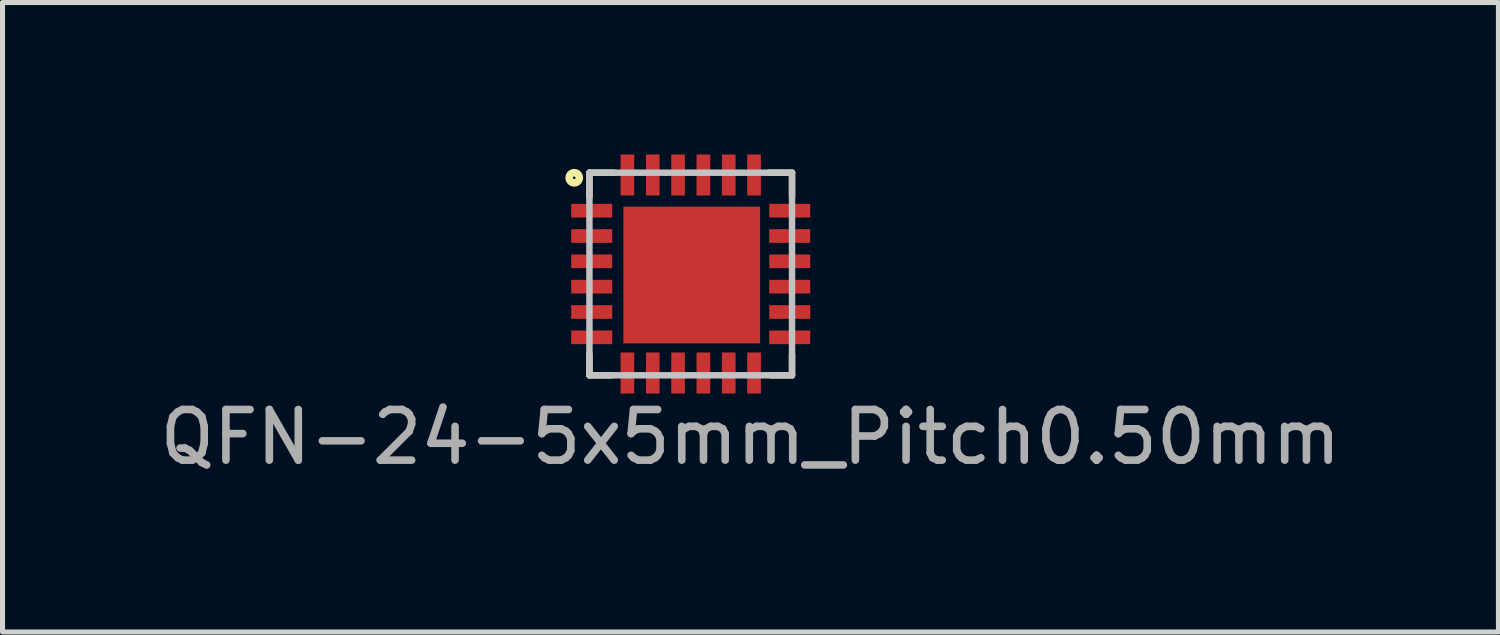
<source format=kicad_pcb>
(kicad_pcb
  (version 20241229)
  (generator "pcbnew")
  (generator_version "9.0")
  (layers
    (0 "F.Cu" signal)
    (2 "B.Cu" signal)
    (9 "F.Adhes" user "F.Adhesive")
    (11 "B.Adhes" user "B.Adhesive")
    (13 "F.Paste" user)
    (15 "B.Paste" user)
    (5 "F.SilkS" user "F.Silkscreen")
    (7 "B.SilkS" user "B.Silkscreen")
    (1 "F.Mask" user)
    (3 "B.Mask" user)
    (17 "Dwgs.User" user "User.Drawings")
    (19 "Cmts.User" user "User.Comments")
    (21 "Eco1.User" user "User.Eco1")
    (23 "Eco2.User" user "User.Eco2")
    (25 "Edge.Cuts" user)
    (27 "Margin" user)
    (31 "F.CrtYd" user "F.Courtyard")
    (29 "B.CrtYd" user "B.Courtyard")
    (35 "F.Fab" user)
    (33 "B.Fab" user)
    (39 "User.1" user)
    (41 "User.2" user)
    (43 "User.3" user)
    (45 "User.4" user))
  (footprint "QFN-24-5x5mm_Pitch0.50mm"
    (layer "F.Cu")
    (at 10.588 2.36)
    (property "Reference" "QFN-24-5x5mm_Pitch0.50mm" (at 1.18 3.22 0) (layer "F.Fab") (effects (font (size 1 1) (thickness 0.15))))
    (attr smd)
    (fp_line (start -2 -2) (end -2 -1.53) (stroke (width 0.127) (type solid)) (layer "F.SilkS"))
    (fp_line (start -2 1.58) (end -2 2) (stroke (width 0.127) (type solid)) (layer "F.SilkS"))
    (fp_line (start -2 2) (end -1.57 2) (stroke (width 0.127) (type solid)) (layer "F.SilkS"))
    (fp_line (start -1.51 -2) (end -2 -2) (stroke (width 0.127) (type solid)) (layer "F.SilkS"))
    (fp_line (start 1.54 -2) (end 2 -2) (stroke (width 0.127) (type solid)) (layer "F.SilkS"))
    (fp_line (start 2 -2) (end 2 -1.53) (stroke (width 0.127) (type solid)) (layer "F.SilkS"))
    (fp_line (start 2 1.59) (end 2 2) (stroke (width 0.127) (type solid)) (layer "F.SilkS"))
    (fp_line (start 2 2) (end 1.58 2) (stroke (width 0.127) (type solid)) (layer "F.SilkS"))
    (fp_circle (center -2.3 -1.9) (end -2.2 -1.9) (stroke (width 0.15) (type solid)) (fill no) (layer "F.SilkS"))
    (fp_line (start -2 -2) (end -2 2) (stroke (width 0.127) (type solid)) (layer "Dwgs.User"))
    (fp_line (start -2 2) (end 2 2) (stroke (width 0.127) (type solid)) (layer "Dwgs.User"))
    (fp_line (start 2 -2) (end -2 -2) (stroke (width 0.127) (type solid)) (layer "Dwgs.User"))
    (fp_line (start 2 2) (end 2 -2) (stroke (width 0.127) (type solid)) (layer "Dwgs.User"))
    (pad "1" smd rect (at -1.955 -1.25) (size 0.81 0.27) (layers "F.Cu" "F.Mask" "F.Paste"))
    (pad "2" smd rect (at -1.955 -0.75) (size 0.81 0.27) (layers "F.Cu" "F.Mask" "F.Paste"))
    (pad "3" smd rect (at -1.955 -0.25) (size 0.81 0.27) (layers "F.Cu" "F.Mask" "F.Paste"))
    (pad "4" smd rect (at -1.955 0.25) (size 0.81 0.27) (layers "F.Cu" "F.Mask" "F.Paste"))
    (pad "5" smd rect (at -1.955 0.75) (size 0.81 0.27) (layers "F.Cu" "F.Mask" "F.Paste"))
    (pad "6" smd rect (at -1.955 1.25) (size 0.81 0.27) (layers "F.Cu" "F.Mask" "F.Paste"))
    (pad "7" smd rect (at -1.25 1.955 90) (size 0.81 0.27) (layers "F.Cu" "F.Mask" "F.Paste"))
    (pad "8" smd rect (at -0.75 1.955 90) (size 0.81 0.27) (layers "F.Cu" "F.Mask" "F.Paste"))
    (pad "9" smd rect (at -0.25 1.955 90) (size 0.81 0.27) (layers "F.Cu" "F.Mask" "F.Paste"))
    (pad "10" smd rect (at 0.25 1.955 90) (size 0.81 0.27) (layers "F.Cu" "F.Mask" "F.Paste"))
    (pad "11" smd rect (at 0.75 1.955 90) (size 0.81 0.27) (layers "F.Cu" "F.Mask" "F.Paste"))
    (pad "12" smd rect (at 1.25 1.955 90) (size 0.81 0.27) (layers "F.Cu" "F.Mask" "F.Paste"))
    (pad "13" smd rect (at 1.955 1.25 180) (size 0.81 0.27) (layers "F.Cu" "F.Mask" "F.Paste"))
    (pad "14" smd rect (at 1.955 0.75 180) (size 0.81 0.27) (layers "F.Cu" "F.Mask" "F.Paste"))
    (pad "15" smd rect (at 1.955 0.25 180) (size 0.81 0.27) (layers "F.Cu" "F.Mask" "F.Paste"))
    (pad "16" smd rect (at 1.955 -0.25 180) (size 0.81 0.27) (layers "F.Cu" "F.Mask" "F.Paste"))
    (pad "17" smd rect (at 1.955 -0.75 180) (size 0.81 0.27) (layers "F.Cu" "F.Mask" "F.Paste"))
    (pad "18" smd rect (at 1.955 -1.25 180) (size 0.81 0.27) (layers "F.Cu" "F.Mask" "F.Paste"))
    (pad "19" smd rect (at 1.25 -1.955 270) (size 0.81 0.27) (layers "F.Cu" "F.Mask" "F.Paste"))
    (pad "20" smd rect (at 0.75 -1.955 270) (size 0.81 0.27) (layers "F.Cu" "F.Mask" "F.Paste"))
    (pad "21" smd rect (at 0.25 -1.955 270) (size 0.81 0.27) (layers "F.Cu" "F.Mask" "F.Paste"))
    (pad "22" smd rect (at -0.25 -1.955 270) (size 0.81 0.27) (layers "F.Cu" "F.Mask" "F.Paste"))
    (pad "23" smd rect (at -0.75 -1.955 270) (size 0.81 0.27) (layers "F.Cu" "F.Mask" "F.Paste"))
    (pad "24" smd rect (at -1.25 -1.955 270) (size 0.81 0.27) (layers "F.Cu" "F.Mask" "F.Paste"))
    (pad "25" smd rect (at 0.02 0.02 270) (size 2.7 2.7) (layers "F.Cu" "F.Mask" "F.Paste")))
  (gr_rect
    (start -3 -3)
    (end 26.536 9.428)
    (stroke (width 0.1) (type default))
    (fill no)
    (layer "Edge.Cuts")))
</source>
